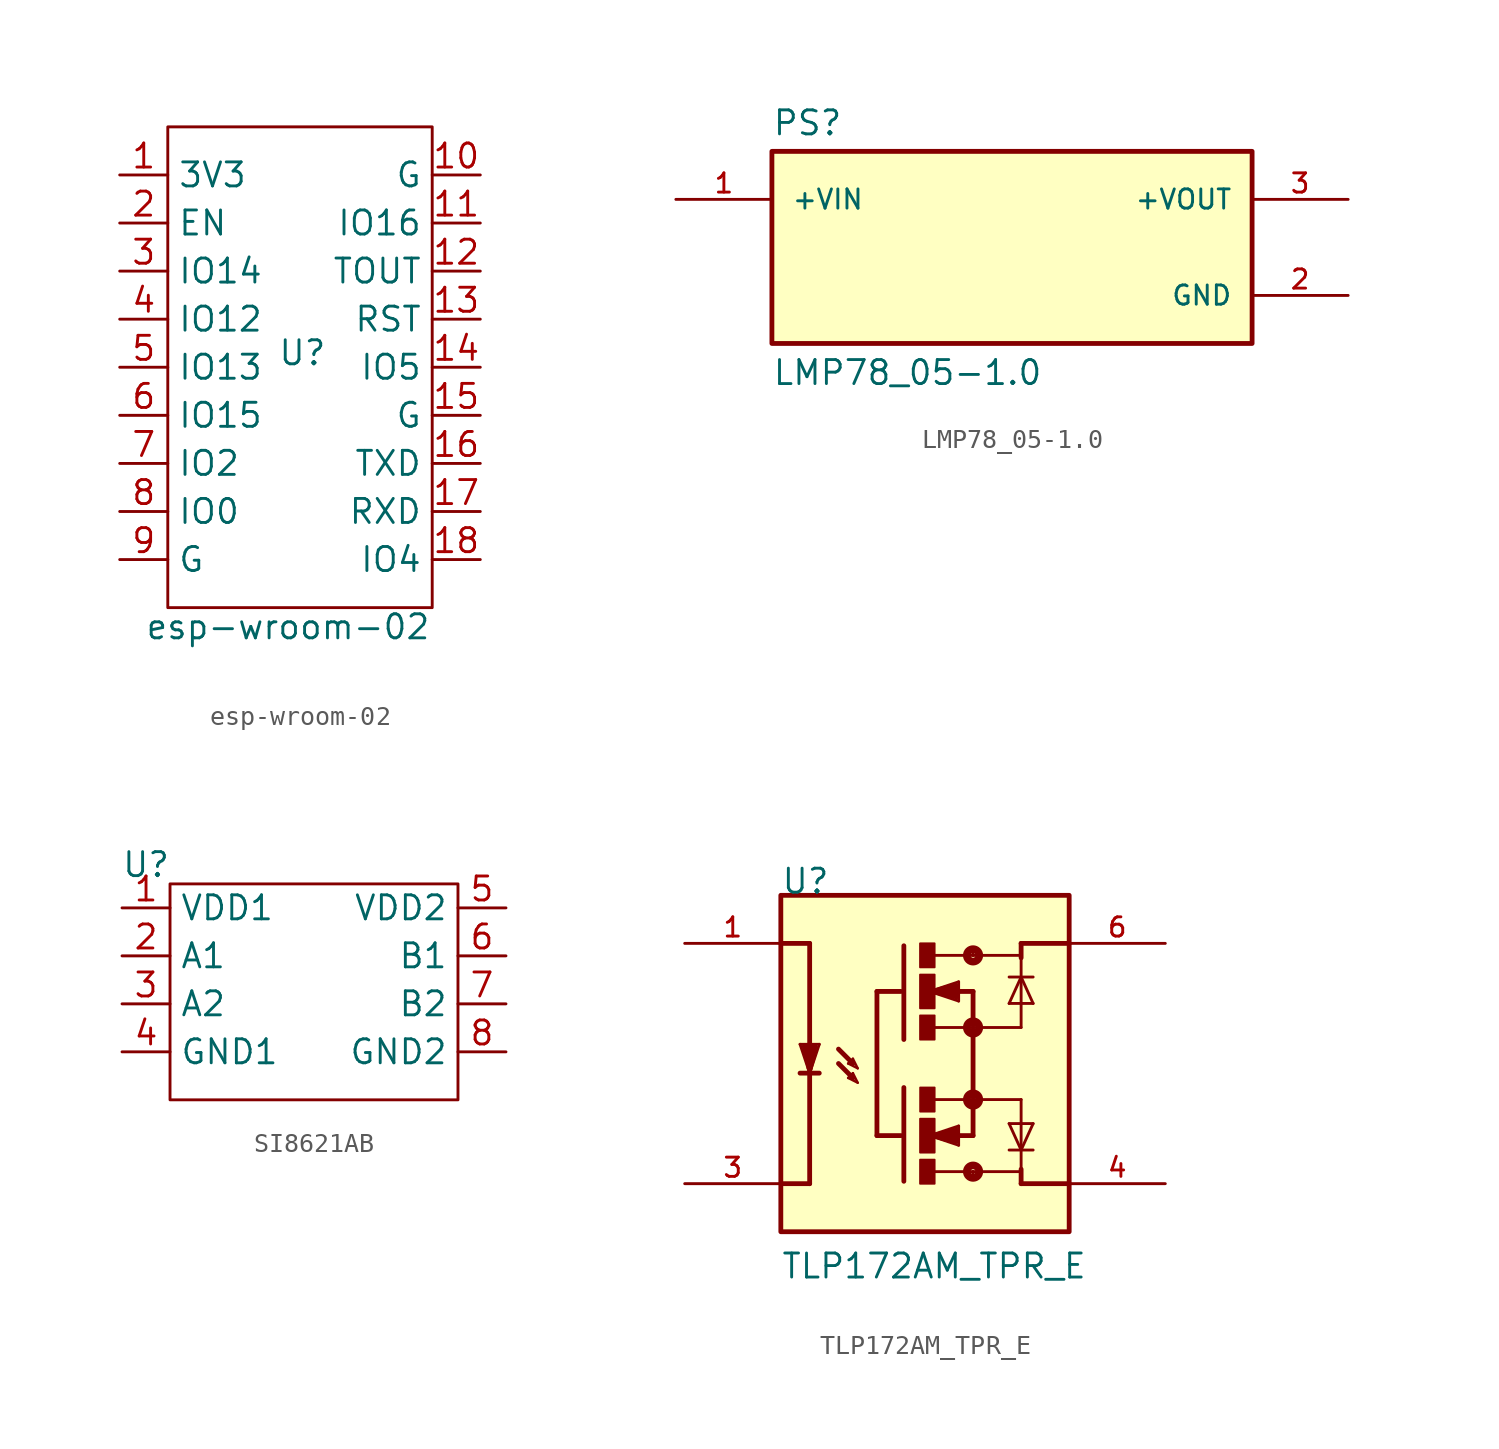
<source format=kicad_sym>
(kicad_symbol_lib
  (version 20231120)
  (generator "kicad_symbol_editor")
  (generator_version "8.0")
  (symbol "esp-wroom-02"
    (property "Reference" "U"
      (at 9.652 -9.398 0)
      (effects (font (size 1.27 1.27))))
    (property "Value" "esp-wroom-02"
      (at 8.89 -23.876 0)
      (effects (font (size 1.27 1.27))))
    (symbol "esp-wroom-02_0_1"
      (rectangle (start 2.54 2.54) (end 16.51 -22.86) (stroke (width 0) (type default)) (fill (type none))))
    (symbol "esp-wroom-02_1_1"
      (pin bidirectional line (at 0 0 0) (length 2.54) (name "3V3" (effects (font (size 1.27 1.27)))) (number "1" (effects (font (size 1.27 1.27)))))
      (pin bidirectional line (at 19.05 0 180) (length 2.54) (name "G" (effects (font (size 1.27 1.27)))) (number "10" (effects (font (size 1.27 1.27)))))
      (pin bidirectional line (at 19.05 -2.54 180) (length 2.54) (name "IO16" (effects (font (size 1.27 1.27)))) (number "11" (effects (font (size 1.27 1.27)))))
      (pin bidirectional line (at 19.05 -5.08 180) (length 2.54) (name "TOUT" (effects (font (size 1.27 1.27)))) (number "12" (effects (font (size 1.27 1.27)))))
      (pin bidirectional line (at 19.05 -7.62 180) (length 2.54) (name "RST" (effects (font (size 1.27 1.27)))) (number "13" (effects (font (size 1.27 1.27)))))
      (pin bidirectional line (at 19.05 -10.16 180) (length 2.54) (name "IO5" (effects (font (size 1.27 1.27)))) (number "14" (effects (font (size 1.27 1.27)))))
      (pin bidirectional line (at 19.05 -12.7 180) (length 2.54) (name "G" (effects (font (size 1.27 1.27)))) (number "15" (effects (font (size 1.27 1.27)))))
      (pin bidirectional line (at 19.05 -15.24 180) (length 2.54) (name "TXD" (effects (font (size 1.27 1.27)))) (number "16" (effects (font (size 1.27 1.27)))))
      (pin bidirectional line (at 19.05 -17.78 180) (length 2.54) (name "RXD" (effects (font (size 1.27 1.27)))) (number "17" (effects (font (size 1.27 1.27)))))
      (pin bidirectional line (at 19.05 -20.32 180) (length 2.54) (name "IO4" (effects (font (size 1.27 1.27)))) (number "18" (effects (font (size 1.27 1.27)))))
      (pin bidirectional line (at 0 -2.54 0) (length 2.54) (name "EN" (effects (font (size 1.27 1.27)))) (number "2" (effects (font (size 1.27 1.27)))))
      (pin bidirectional line (at 0 -5.08 0) (length 2.54) (name "IO14" (effects (font (size 1.27 1.27)))) (number "3" (effects (font (size 1.27 1.27)))))
      (pin bidirectional line (at 0 -7.62 0) (length 2.54) (name "IO12" (effects (font (size 1.27 1.27)))) (number "4" (effects (font (size 1.27 1.27)))))
      (pin bidirectional line (at 0 -10.16 0) (length 2.54) (name "IO13" (effects (font (size 1.27 1.27)))) (number "5" (effects (font (size 1.27 1.27)))))
      (pin bidirectional line (at 0 -12.7 0) (length 2.54) (name "IO15" (effects (font (size 1.27 1.27)))) (number "6" (effects (font (size 1.27 1.27)))))
      (pin bidirectional line (at 0 -15.24 0) (length 2.54) (name "IO2" (effects (font (size 1.27 1.27)))) (number "7" (effects (font (size 1.27 1.27)))))
      (pin bidirectional line (at 0 -17.78 0) (length 2.54) (name "IO0" (effects (font (size 1.27 1.27)))) (number "8" (effects (font (size 1.27 1.27)))))
      (pin bidirectional line (at 0 -20.32 0) (length 2.54) (name "G" (effects (font (size 1.27 1.27)))) (number "9" (effects (font (size 1.27 1.27)))))))
  (symbol "LMP78_05-1.0"
    (pin_names
      (offset 1.016))
    (property "Reference" "PS"
      (at -12.7 5.842 0)
      (effects (font (size 1.27 1.27)) (justify left bottom)))
    (property "Value" "LMP78_05-1.0"
      (at -12.7 -7.366 0)
      (effects (font (size 1.27 1.27)) (justify left bottom)))
    (symbol "LMP78_05-1.0_0_0"
      (rectangle (start -12.7 -5.08) (end 12.7 5.08) (stroke (width 0.254) (type default)) (fill (type background)))
      (pin input line (at -17.78 2.54 0) (length 5.08) (name "+VIN" (effects (font (size 1.016 1.016)))) (number "1" (effects (font (size 1.016 1.016)))))
      (pin power_in line (at 17.78 -2.54 180) (length 5.08) (name "GND" (effects (font (size 1.016 1.016)))) (number "2" (effects (font (size 1.016 1.016)))))
      (pin output line (at 17.78 2.54 180) (length 5.08) (name "+VOUT" (effects (font (size 1.016 1.016)))) (number "3" (effects (font (size 1.016 1.016)))))))
  (symbol "SI8621AB"
    (property "Reference" "U"
      (at -8.89 6.096 0)
      (effects (font (size 1.27 1.27))))
    (property "Value" ""
      (at -8.89 6.096 0)
      (effects (font (size 1.27 1.27))))
    (symbol "SI8621AB_0_1"
      (rectangle (start -7.62 5.08) (end 7.62 -6.35) (stroke (width 0) (type default)) (fill (type none))))
    (symbol "SI8621AB_1_1"
      (pin bidirectional line (at -10.16 3.81 0) (length 2.54) (name "VDD1" (effects (font (size 1.27 1.27)))) (number "1" (effects (font (size 1.27 1.27)))))
      (pin bidirectional line (at -10.16 1.27 0) (length 2.54) (name "A1" (effects (font (size 1.27 1.27)))) (number "2" (effects (font (size 1.27 1.27)))))
      (pin bidirectional line (at -10.16 -1.27 0) (length 2.54) (name "A2" (effects (font (size 1.27 1.27)))) (number "3" (effects (font (size 1.27 1.27)))))
      (pin bidirectional line (at -10.16 -3.81 0) (length 2.54) (name "GND1" (effects (font (size 1.27 1.27)))) (number "4" (effects (font (size 1.27 1.27)))))
      (pin bidirectional line (at 10.16 3.81 180) (length 2.54) (name "VDD2" (effects (font (size 1.27 1.27)))) (number "5" (effects (font (size 1.27 1.27)))))
      (pin bidirectional line (at 10.16 1.27 180) (length 2.54) (name "B1" (effects (font (size 1.27 1.27)))) (number "6" (effects (font (size 1.27 1.27)))))
      (pin bidirectional line (at 10.16 -1.27 180) (length 2.54) (name "B2" (effects (font (size 1.27 1.27)))) (number "7" (effects (font (size 1.27 1.27)))))
      (pin bidirectional line (at 10.16 -3.81 180) (length 2.54) (name "GND2" (effects (font (size 1.27 1.27)))) (number "8" (effects (font (size 1.27 1.27)))))))
  (symbol "TLP172AM_TPR_E"
    (pin_names
      (offset 1.016))
    (property "Reference" "U"
      (at -10.165 5.082 0)
      (effects (font (size 1.27 1.27)) (justify left bottom)))
    (property "Value" "TLP172AM_TPR_E"
      (at -10.172 -15.258 0)
      (effects (font (size 1.27 1.27)) (justify left bottom)))
    (symbol "TLP172AM_TPR_E_0_0"
      (rectangle (start -10.16 -12.7) (end 5.08 5.08) (stroke (width 0.254) (type default)) (fill (type background)))
      (rectangle (start -2.801 -0.891) (end -2.032 0.889) (stroke (width 0.1) (type default)) (fill (type outline)))
      (rectangle (start -2.801 1.273) (end -2.032 2.54) (stroke (width 0.1) (type default)) (fill (type outline)))
      (rectangle (start -2.8 -10.163) (end -2.032 -8.892) (stroke (width 0.1) (type default)) (fill (type outline)))
      (rectangle (start -2.8 -2.545) (end -2.032 -1.27) (stroke (width 0.1) (type default)) (fill (type outline)))
      (rectangle (start -2.799 -8.517) (end -2.032 -6.73) (stroke (width 0.1) (type default)) (fill (type outline)))
      (rectangle (start -2.795 -6.351) (end -2.032 -5.079) (stroke (width 0.1) (type default)) (fill (type outline)))
      (circle (center 0 -9.525) (radius 0.127) (stroke (width 0.406) (type default)) (fill (type none)))
      (circle (center 0 -5.715) (radius 0.127) (stroke (width 0.406) (type default)) (fill (type none)))
      (circle (center 0 -1.905) (radius 0.127) (stroke (width 0.406) (type default)) (fill (type none)))
      (polyline (pts (xy -9.144 -4.318) (xy -8.636 -4.318)) (stroke (width 0.254) (type default)) (fill (type none)))
      (polyline (pts (xy -9.144 -2.794) (xy -8.636 -2.794)) (stroke (width 0.152) (type default)) (fill (type none)))
      (polyline (pts (xy -8.89 -2.921) (xy -8.382 -2.921)) (stroke (width 0.305) (type default)) (fill (type none)))
      (polyline (pts (xy -8.636 -10.16) (xy -10.16 -10.16)) (stroke (width 0.254) (type default)) (fill (type none)))
      (polyline (pts (xy -8.636 -4.318) (xy -9.144 -2.794)) (stroke (width 0.152) (type default)) (fill (type none)))
      (polyline (pts (xy -8.636 -4.318) (xy -8.636 -10.16)) (stroke (width 0.254) (type default)) (fill (type none)))
      (polyline (pts (xy -8.636 -4.318) (xy -8.128 -4.318)) (stroke (width 0.254) (type default)) (fill (type none)))
      (polyline (pts (xy -8.636 -4.064) (xy -8.89 -2.921)) (stroke (width 0.305) (type default)) (fill (type none)))
      (polyline (pts (xy -8.636 -4.064) (xy -8.636 -4.318)) (stroke (width 0.254) (type default)) (fill (type none)))
      (polyline (pts (xy -8.636 -3.937) (xy -8.636 -4.064)) (stroke (width 0.254) (type default)) (fill (type none)))
      (polyline (pts (xy -8.636 -2.794) (xy -8.636 -3.937)) (stroke (width 0.254) (type default)) (fill (type none)))
      (polyline (pts (xy -8.636 -2.794) (xy -8.636 2.54)) (stroke (width 0.254) (type default)) (fill (type none)))
      (polyline (pts (xy -8.636 -2.794) (xy -8.128 -2.794)) (stroke (width 0.152) (type default)) (fill (type none)))
      (polyline (pts (xy -8.636 2.54) (xy -10.16 2.54)) (stroke (width 0.254) (type default)) (fill (type none)))
      (polyline (pts (xy -8.382 -3.175) (xy -8.636 -4.064)) (stroke (width 0.305) (type default)) (fill (type none)))
      (polyline (pts (xy -8.382 -2.921) (xy -8.636 -4.318)) (stroke (width 0.152) (type default)) (fill (type none)))
      (polyline (pts (xy -8.382 -2.921) (xy -8.636 -3.937)) (stroke (width 0.305) (type default)) (fill (type none)))
      (polyline (pts (xy -8.128 -2.794) (xy -8.636 -4.318)) (stroke (width 0.152) (type default)) (fill (type none)))
      (polyline (pts (xy -7.112 -3.81) (xy -6.35 -4.572)) (stroke (width 0.254) (type default)) (fill (type none)))
      (polyline (pts (xy -7.112 -3.048) (xy -6.35 -3.81)) (stroke (width 0.254) (type default)) (fill (type none)))
      (polyline (pts (xy -6.604 -4.572) (xy -6.35 -4.318)) (stroke (width 0.127) (type default)) (fill (type none)))
      (polyline (pts (xy -6.604 -3.81) (xy -6.35 -3.556)) (stroke (width 0.127) (type default)) (fill (type none)))
      (polyline (pts (xy -6.35 -4.318) (xy -6.096 -4.826)) (stroke (width 0.127) (type default)) (fill (type none)))
      (polyline (pts (xy -6.35 -3.556) (xy -6.096 -4.064)) (stroke (width 0.127) (type default)) (fill (type none)))
      (polyline (pts (xy -6.096 -4.826) (xy -6.604 -4.572)) (stroke (width 0.127) (type default)) (fill (type none)))
      (polyline (pts (xy -6.096 -4.064) (xy -6.604 -3.81)) (stroke (width 0.127) (type default)) (fill (type none)))
      (polyline (pts (xy -5.08 -7.62) (xy -3.81 -7.62)) (stroke (width 0.254) (type default)) (fill (type none)))
      (polyline (pts (xy -5.08 0) (xy -5.08 -7.62)) (stroke (width 0.254) (type default)) (fill (type none)))
      (polyline (pts (xy -3.81 0) (xy -5.08 0)) (stroke (width 0.254) (type default)) (fill (type none)))
      (polyline (pts (xy -3.658 -10.033) (xy -3.658 -5.08)) (stroke (width 0.254) (type default)) (fill (type none)))
      (polyline (pts (xy -3.658 2.413) (xy -3.658 -2.54)) (stroke (width 0.254) (type default)) (fill (type none)))
      (polyline (pts (xy -2.286 -7.62) (xy -0.762 -7.112)) (stroke (width 0.152) (type default)) (fill (type none)))
      (polyline (pts (xy -2.286 0) (xy -0.762 -0.508)) (stroke (width 0.152) (type default)) (fill (type none)))
      (polyline (pts (xy -2.032 -7.62) (xy -2.286 -7.62)) (stroke (width 0.254) (type default)) (fill (type none)))
      (polyline (pts (xy -2.032 -7.62) (xy -0.889 -7.366)) (stroke (width 0.305) (type default)) (fill (type none)))
      (polyline (pts (xy -2.032 -5.715) (xy 0 -5.715)) (stroke (width 0.152) (type default)) (fill (type none)))
      (polyline (pts (xy -2.032 -1.905) (xy 0 -1.905)) (stroke (width 0.152) (type default)) (fill (type none)))
      (polyline (pts (xy -2.032 0) (xy -2.286 0)) (stroke (width 0.254) (type default)) (fill (type none)))
      (polyline (pts (xy -2.032 0) (xy -0.889 -0.254)) (stroke (width 0.305) (type default)) (fill (type none)))
      (polyline (pts (xy -1.905 -7.62) (xy -2.032 -7.62)) (stroke (width 0.254) (type default)) (fill (type none)))
      (polyline (pts (xy -1.905 0) (xy -2.032 0)) (stroke (width 0.254) (type default)) (fill (type none)))
      (polyline (pts (xy -1.143 -7.874) (xy -2.032 -7.62)) (stroke (width 0.305) (type default)) (fill (type none)))
      (polyline (pts (xy -1.143 0.254) (xy -2.032 0)) (stroke (width 0.305) (type default)) (fill (type none)))
      (polyline (pts (xy -0.889 -7.874) (xy -2.286 -7.62)) (stroke (width 0.152) (type default)) (fill (type none)))
      (polyline (pts (xy -0.889 -7.874) (xy -1.905 -7.62)) (stroke (width 0.305) (type default)) (fill (type none)))
      (polyline (pts (xy -0.889 -7.366) (xy -0.889 -7.874)) (stroke (width 0.305) (type default)) (fill (type none)))
      (polyline (pts (xy -0.889 -0.254) (xy -0.889 0.254)) (stroke (width 0.305) (type default)) (fill (type none)))
      (polyline (pts (xy -0.889 0.254) (xy -2.286 0)) (stroke (width 0.152) (type default)) (fill (type none)))
      (polyline (pts (xy -0.889 0.254) (xy -1.905 0)) (stroke (width 0.305) (type default)) (fill (type none)))
      (polyline (pts (xy -0.762 -8.128) (xy -2.286 -7.62)) (stroke (width 0.152) (type default)) (fill (type none)))
      (polyline (pts (xy -0.762 -7.62) (xy -1.905 -7.62)) (stroke (width 0.254) (type default)) (fill (type none)))
      (polyline (pts (xy -0.762 -7.62) (xy -0.762 -8.128)) (stroke (width 0.152) (type default)) (fill (type none)))
      (polyline (pts (xy -0.762 -7.62) (xy 0 -7.62)) (stroke (width 0.254) (type default)) (fill (type none)))
      (polyline (pts (xy -0.762 -7.112) (xy -0.762 -7.62)) (stroke (width 0.152) (type default)) (fill (type none)))
      (polyline (pts (xy -0.762 -0.508) (xy -0.762 0)) (stroke (width 0.152) (type default)) (fill (type none)))
      (polyline (pts (xy -0.762 0) (xy -1.905 0)) (stroke (width 0.254) (type default)) (fill (type none)))
      (polyline (pts (xy -0.762 0) (xy -0.762 0.508)) (stroke (width 0.152) (type default)) (fill (type none)))
      (polyline (pts (xy -0.762 0) (xy 0 0)) (stroke (width 0.254) (type default)) (fill (type none)))
      (polyline (pts (xy -0.762 0.508) (xy -2.286 0)) (stroke (width 0.152) (type default)) (fill (type none)))
      (polyline (pts (xy 0 -9.652) (xy 0 -9.525)) (stroke (width 0.152) (type default)) (fill (type none)))
      (polyline (pts (xy 0 -9.525) (xy -2.007 -9.525)) (stroke (width 0.152) (type default)) (fill (type none)))
      (polyline (pts (xy 0 -9.525) (xy 2.54 -9.525)) (stroke (width 0.152) (type default)) (fill (type none)))
      (polyline (pts (xy 0 -7.62) (xy 0 -5.842)) (stroke (width 0.254) (type default)) (fill (type none)))
      (polyline (pts (xy 0 -5.715) (xy 0 -5.588)) (stroke (width 0.152) (type default)) (fill (type none)))
      (polyline (pts (xy 0 -2.032) (xy 0 -5.588)) (stroke (width 0.254) (type default)) (fill (type none)))
      (polyline (pts (xy 0 -1.905) (xy 0 -2.032)) (stroke (width 0.152) (type default)) (fill (type none)))
      (polyline (pts (xy 0 0) (xy 0 -1.778)) (stroke (width 0.254) (type default)) (fill (type none)))
      (polyline (pts (xy 0 1.905) (xy -2.007 1.905)) (stroke (width 0.152) (type default)) (fill (type none)))
      (polyline (pts (xy 0 1.905) (xy 2.54 1.905)) (stroke (width 0.152) (type default)) (fill (type none)))
      (polyline (pts (xy 0 2.032) (xy 0 1.905)) (stroke (width 0.152) (type default)) (fill (type none)))
      (polyline (pts (xy 1.905 -8.382) (xy 2.54 -8.382)) (stroke (width 0.152) (type default)) (fill (type none)))
      (polyline (pts (xy 1.905 -6.985) (xy 3.175 -6.985)) (stroke (width 0.152) (type default)) (fill (type none)))
      (polyline (pts (xy 1.905 -0.635) (xy 3.175 -0.635)) (stroke (width 0.152) (type default)) (fill (type none)))
      (polyline (pts (xy 1.905 0.762) (xy 2.54 0.762)) (stroke (width 0.152) (type default)) (fill (type none)))
      (polyline (pts (xy 2.54 -10.16) (xy 5.08 -10.16)) (stroke (width 0.254) (type default)) (fill (type none)))
      (polyline (pts (xy 2.54 -9.525) (xy 2.54 -9.398)) (stroke (width 0.152) (type default)) (fill (type none)))
      (polyline (pts (xy 2.54 -9.398) (xy 2.54 -10.16)) (stroke (width 0.254) (type default)) (fill (type none)))
      (polyline (pts (xy 2.54 -9.398) (xy 2.54 -8.382)) (stroke (width 0.152) (type default)) (fill (type none)))
      (polyline (pts (xy 2.54 -8.382) (xy 1.905 -6.985)) (stroke (width 0.152) (type default)) (fill (type none)))
      (polyline (pts (xy 2.54 -8.382) (xy 2.54 -5.715)) (stroke (width 0.152) (type default)) (fill (type none)))
      (polyline (pts (xy 2.54 -8.382) (xy 3.175 -8.382)) (stroke (width 0.152) (type default)) (fill (type none)))
      (polyline (pts (xy 2.54 -5.715) (xy 0 -5.715)) (stroke (width 0.152) (type default)) (fill (type none)))
      (polyline (pts (xy 2.54 -1.905) (xy 0 -1.905)) (stroke (width 0.152) (type default)) (fill (type none)))
      (polyline (pts (xy 2.54 0.762) (xy 1.905 -0.635)) (stroke (width 0.152) (type default)) (fill (type none)))
      (polyline (pts (xy 2.54 0.762) (xy 2.54 -1.905)) (stroke (width 0.152) (type default)) (fill (type none)))
      (polyline (pts (xy 2.54 0.762) (xy 3.175 0.762)) (stroke (width 0.152) (type default)) (fill (type none)))
      (polyline (pts (xy 2.54 1.778) (xy 2.54 0.762)) (stroke (width 0.152) (type default)) (fill (type none)))
      (polyline (pts (xy 2.54 1.778) (xy 2.54 2.54)) (stroke (width 0.254) (type default)) (fill (type none)))
      (polyline (pts (xy 2.54 1.905) (xy 2.54 1.778)) (stroke (width 0.152) (type default)) (fill (type none)))
      (polyline (pts (xy 2.54 2.54) (xy 5.08 2.54)) (stroke (width 0.254) (type default)) (fill (type none)))
      (polyline (pts (xy 3.175 -6.985) (xy 2.54 -8.382)) (stroke (width 0.152) (type default)) (fill (type none)))
      (polyline (pts (xy 3.175 -0.635) (xy 2.54 0.762)) (stroke (width 0.152) (type default)) (fill (type none)))
      (circle (center 0 1.905) (radius 0.127) (stroke (width 0.406) (type default)) (fill (type none)))
      (pin passive line (at -15.24 2.54 0) (length 5.08) (name "~" (effects (font (size 1.016 1.016)))) (number "1" (effects (font (size 1.016 1.016)))))
      (pin passive line (at -15.24 -10.16 0) (length 5.08) (name "~" (effects (font (size 1.016 1.016)))) (number "3" (effects (font (size 1.016 1.016)))))
      (pin passive line (at 10.16 -10.16 180) (length 5.08) (name "~" (effects (font (size 1.016 1.016)))) (number "4" (effects (font (size 1.016 1.016)))))
      (pin passive line (at 10.16 2.54 180) (length 5.08) (name "~" (effects (font (size 1.016 1.016)))) (number "6" (effects (font (size 1.016 1.016))))))))
</source>
